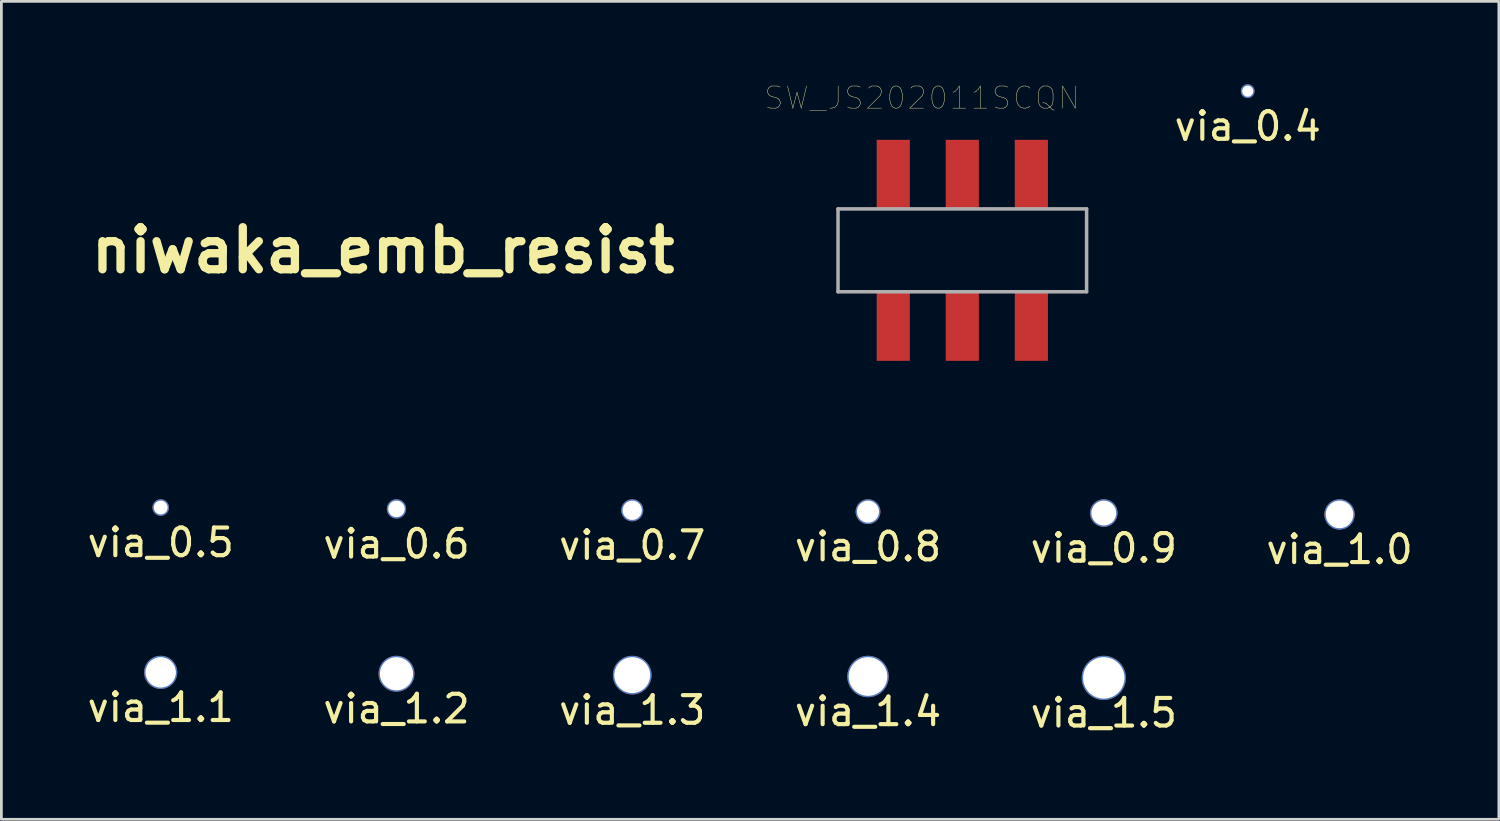
<source format=kicad_pcb>
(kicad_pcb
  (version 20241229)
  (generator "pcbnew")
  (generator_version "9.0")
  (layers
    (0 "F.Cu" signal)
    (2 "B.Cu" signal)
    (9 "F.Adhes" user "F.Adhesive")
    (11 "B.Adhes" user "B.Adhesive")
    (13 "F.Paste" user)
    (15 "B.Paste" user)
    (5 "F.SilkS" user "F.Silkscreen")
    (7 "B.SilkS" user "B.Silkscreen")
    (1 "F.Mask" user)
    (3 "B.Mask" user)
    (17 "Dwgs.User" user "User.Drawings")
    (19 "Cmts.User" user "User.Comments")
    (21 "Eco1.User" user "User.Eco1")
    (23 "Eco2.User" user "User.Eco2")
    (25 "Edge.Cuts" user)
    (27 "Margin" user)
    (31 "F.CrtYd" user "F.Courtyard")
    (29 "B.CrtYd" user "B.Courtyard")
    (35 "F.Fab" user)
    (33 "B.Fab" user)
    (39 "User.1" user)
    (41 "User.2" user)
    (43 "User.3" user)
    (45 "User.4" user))
  (footprint "via_1.4"
    (layer "F.Cu")
    (at 28.375 21.442)
    (property "Reference" "via_1.4" (at 0 1.27 0) (layer "F.SilkS") (effects (font (size 1 1) (thickness 0.15))))
    (attr through_hole)
    (pad "1" thru_hole circle (at 0 0) (size 1.5 1.5) (drill 1.4) (layers "*.Cu" "*.Mask")))
  (footprint "via_1.1"
    (layer "F.Cu")
    (at 2.768 21.292)
    (property "Reference" "via_1.1" (at 0 1.27 0) (layer "F.SilkS") (effects (font (size 1 1) (thickness 0.15))))
    (attr through_hole)
    (pad "1" thru_hole circle (at 0 0) (size 1.2 1.2) (drill 1.1) (layers "*.Cu" "*.Mask")))
  (footprint "via_0.8"
    (layer "F.Cu")
    (at 28.375 15.474)
    (property "Reference" "via_0.8" (at 0 1.27 0) (layer "F.SilkS") (effects (font (size 1 1) (thickness 0.15))))
    (attr through_hole)
    (pad "1" thru_hole circle (at 0 0) (size 0.9 0.9) (drill 0.8) (layers "*.Cu" "*.Mask")))
  (footprint "niwaka_emb_resist"
    (layer "F.Cu")
    (at 10.82 6.009)
    (property "Reference" "niwaka_emb_resist" (at 0 0 0) (layer "F.SilkS") (effects (font (size 1.524 1.524) (thickness 0.3))))
    (attr through_hole)
    (fp_poly (pts (xy -3.34 -2.727) (xy -3.34 -1.483) (xy -3.973 -2.116) (xy -4.031 -1.999) (xy -4.132 -1.781) (xy -4.222 -1.559) (xy -4.299 -1.334) (xy -4.364 -1.106) (xy -4.416 -0.876) (xy -4.456 -0.644) (xy -4.483 -0.409) (xy -4.499 -0.173) (xy -4.501 0.065) (xy -4.491 0.305) (xy -4.468 0.545) (xy -4.461 0.605) (xy -4.425 0.827) (xy -4.377 1.05) (xy -4.318 1.271) (xy -4.247 1.491) (xy -4.165 1.707) (xy -4.109 1.839) (xy -4.031 2.003) (xy -3.943 2.168) (xy -3.847 2.334) (xy -3.744 2.495) (xy -3.637 2.65) (xy -3.526 2.796) (xy -3.519 2.805) (xy -3.477 2.857) (xy 0.003 -0.622) (xy 0.47 -0.156) (xy 0.937 0.311) (xy 0.311 0.937) (xy 0.156 0.781) (xy -0.000045 0.626) (xy -1.742 2.367) (xy -3.483 4.108) (xy -3.556 4.044) (xy -3.744 3.871) (xy -3.923 3.688) (xy -4.095 3.496) (xy -4.224 3.34) (xy -4.38 3.134) (xy -4.525 2.921) (xy -4.659 2.703) (xy -4.782 2.478) (xy -4.894 2.248) (xy -4.995 2.013) (xy -5.085 1.774) (xy -5.163 1.531) (xy -5.229 1.284) (xy -5.284 1.034) (xy -5.327 0.781) (xy -5.358 0.526) (xy -5.376 0.268) (xy -5.383 0.01) (xy -5.377 -0.25) (xy -5.362 -0.47) (xy -5.333 -0.731) (xy -5.292 -0.989) (xy -5.239 -1.244) (xy -5.174 -1.494) (xy -5.097 -1.74) (xy -5.008 -1.982) (xy -4.907 -2.219) (xy -4.795 -2.451) (xy -4.672 -2.678) (xy -4.537 -2.899) (xy -4.391 -3.115) (xy -4.234 -3.324) (xy -4.156 -3.421) (xy -4.101 -3.488) (xy -3.34 -2.727)) (stroke (width 0.01) (type solid)) (fill yes) (layer "F.Mask"))
    (fp_poly (pts (xy 2.032 -1.064) (xy 2.032 -3.024) (xy 2.032 -3.215) (xy 2.032 -3.394) (xy 2.032 -3.561) (xy 2.032 -3.716) (xy 2.032 -3.86) (xy 2.032 -3.993) (xy 2.032 -4.116) (xy 2.033 -4.229) (xy 2.033 -4.332) (xy 2.033 -4.426) (xy 2.033 -4.511) (xy 2.033 -4.587) (xy 2.034 -4.656) (xy 2.034 -4.716) (xy 2.034 -4.77) (xy 2.035 -4.816) (xy 2.035 -4.856) (xy 2.036 -4.89) (xy 2.036 -4.918) (xy 2.037 -4.94) (xy 2.038 -4.958) (xy 2.038 -4.97) (xy 2.039 -4.979) (xy 2.04 -4.984) (xy 2.04 -4.985) (xy 2.052 -4.982) (xy 2.073 -4.974) (xy 2.103 -4.962) (xy 2.139 -4.946) (xy 2.182 -4.927) (xy 2.228 -4.906) (xy 2.277 -4.883) (xy 2.328 -4.859) (xy 2.378 -4.835) (xy 2.426 -4.811) (xy 2.472 -4.788) (xy 2.511 -4.767) (xy 2.734 -4.643) (xy 2.947 -4.51) (xy 3.152 -4.37) (xy 3.35 -4.219) (xy 3.541 -4.059) (xy 3.728 -3.887) (xy 3.845 -3.771) (xy 4.016 -3.59) (xy 4.175 -3.406) (xy 4.322 -3.219) (xy 4.337 -3.198) (xy 4.383 -3.135) (xy 4.066 -2.819) (xy 4.014 -2.766) (xy 3.964 -2.716) (xy 3.918 -2.67) (xy 3.875 -2.628) (xy 3.837 -2.591) (xy 3.805 -2.559) (xy 3.779 -2.534) (xy 3.761 -2.515) (xy 3.749 -2.505) (xy 3.747 -2.502) (xy 3.742 -2.507) (xy 3.732 -2.52) (xy 3.719 -2.539) (xy 3.715 -2.544) (xy 3.631 -2.662) (xy 3.538 -2.783) (xy 3.438 -2.905) (xy 3.332 -3.025) (xy 3.223 -3.141) (xy 3.113 -3.252) (xy 3.003 -3.353) (xy 2.988 -3.367) (xy 2.918 -3.429) (xy 2.915 -1.667) (xy 1.549 -0.302) (xy -0.241 -2.092) (xy -2.032 -3.883) (xy -2.032 0.803) (xy -2.47 1.241) (xy -2.908 1.68) (xy -2.908 -6.004) (xy 2.032 -1.064)) (stroke (width 0.01) (type solid)) (fill yes) (layer "F.Mask"))
    (fp_poly (pts (xy 4.631 -2.76) (xy 4.642 -2.742) (xy 4.657 -2.716) (xy 4.675 -2.684) (xy 4.695 -2.647) (xy 4.717 -2.607) (xy 4.74 -2.565) (xy 4.762 -2.524) (xy 4.783 -2.484) (xy 4.801 -2.448) (xy 4.81 -2.432) (xy 4.922 -2.197) (xy 5.022 -1.958) (xy 5.11 -1.715) (xy 5.186 -1.469) (xy 5.25 -1.219) (xy 5.302 -0.965) (xy 5.341 -0.706) (xy 5.369 -0.443) (xy 5.379 -0.309) (xy 5.381 -0.261) (xy 5.383 -0.204) (xy 5.384 -0.138) (xy 5.384 -0.067) (xy 5.384 0.008) (xy 5.383 0.085) (xy 5.382 0.161) (xy 5.38 0.234) (xy 5.378 0.303) (xy 5.375 0.366) (xy 5.372 0.419) (xy 5.369 0.457) (xy 5.358 0.573) (xy 5.345 0.685) (xy 5.331 0.79) (xy 5.318 0.876) (xy 5.269 1.134) (xy 5.208 1.388) (xy 5.136 1.637) (xy 5.051 1.882) (xy 4.956 2.122) (xy 4.848 2.357) (xy 4.729 2.587) (xy 4.599 2.811) (xy 4.458 3.029) (xy 4.305 3.241) (xy 4.142 3.447) (xy 4.089 3.509) (xy 4.004 3.606) (xy 3.911 3.705) (xy 3.814 3.805) (xy 3.715 3.903) (xy 3.617 3.995) (xy 3.535 4.068) (xy 3.485 4.111) (xy 1.54 2.165) (xy 2.165 1.54) (xy 2.824 2.198) (xy 3.483 2.857) (xy 3.534 2.792) (xy 3.67 2.611) (xy 3.798 2.422) (xy 3.916 2.225) (xy 4.025 2.023) (xy 4.123 1.817) (xy 4.21 1.607) (xy 4.285 1.396) (xy 4.289 1.385) (xy 4.356 1.155) (xy 4.411 0.923) (xy 4.454 0.689) (xy 4.484 0.453) (xy 4.502 0.217) (xy 4.507 -0.02) (xy 4.499 -0.257) (xy 4.479 -0.494) (xy 4.446 -0.73) (xy 4.419 -0.879) (xy 4.412 -0.913) (xy 4.404 -0.951) (xy 4.395 -0.993) (xy 4.385 -1.037) (xy 4.374 -1.08) (xy 4.364 -1.121) (xy 4.355 -1.158) (xy 4.347 -1.189) (xy 4.341 -1.212) (xy 4.336 -1.227) (xy 4.335 -1.23) (xy 4.33 -1.225) (xy 4.317 -1.212) (xy 4.296 -1.191) (xy 4.266 -1.161) (xy 4.228 -1.124) (xy 4.183 -1.079) (xy 4.131 -1.027) (xy 4.072 -0.968) (xy 4.006 -0.903) (xy 3.934 -0.831) (xy 3.856 -0.753) (xy 3.772 -0.67) (xy 3.683 -0.581) (xy 3.589 -0.486) (xy 3.49 -0.387) (xy 3.386 -0.284) (xy 3.278 -0.176) (xy 3.166 -0.064) (xy 3.051 0.051) (xy 2.932 0.17) (xy 2.81 0.292) (xy 2.685 0.417) (xy 2.558 0.544) (xy 2.481 0.621) (xy 0.629 2.473) (xy 1.699 3.543) (xy 1.796 3.641) (xy 1.891 3.736) (xy 1.983 3.828) (xy 2.072 3.917) (xy 2.158 4.003) (xy 2.239 4.085) (xy 2.317 4.163) (xy 2.389 4.235) (xy 2.457 4.303) (xy 2.518 4.365) (xy 2.574 4.422) (xy 2.624 4.472) (xy 2.667 4.516) (xy 2.703 4.552) (xy 2.732 4.581) (xy 2.752 4.602) (xy 2.765 4.615) (xy 2.769 4.62) (xy 2.763 4.625) (xy 2.748 4.636) (xy 2.724 4.651) (xy 2.692 4.669) (xy 2.655 4.691) (xy 2.612 4.714) (xy 2.567 4.739) (xy 2.519 4.765) (xy 2.47 4.79) (xy 2.442 4.805) (xy 2.368 4.841) (xy 2.287 4.88) (xy 2.204 4.918) (xy 2.122 4.955) (xy 2.044 4.987) (xy 2.004 5.004) (xy 1.935 5.031) (xy 0.969 4.065) (xy 0.003 3.099) (xy -2.908 6.01) (xy -2.908 4.143) (xy -2.47 3.705) (xy -2.032 3.267) (xy -2.032 3.883) (xy 1.295 0.556) (xy 1.468 0.383) (xy 1.638 0.213) (xy 1.806 0.045) (xy 1.971 -0.12) (xy 2.134 -0.282) (xy 2.293 -0.442) (xy 2.449 -0.597) (xy 2.601 -0.75) (xy 2.75 -0.898) (xy 2.895 -1.043) (xy 3.035 -1.183) (xy 3.171 -1.319) (xy 3.303 -1.45) (xy 3.429 -1.577) (xy 3.551 -1.698) (xy 3.667 -1.814) (xy 3.778 -1.925) (xy 3.883 -2.029) (xy 3.982 -2.128) (xy 4.074 -2.221) (xy 4.161 -2.307) (xy 4.24 -2.386) (xy 4.313 -2.459) (xy 4.379 -2.524) (xy 4.438 -2.583) (xy 4.489 -2.633) (xy 4.532 -2.676) (xy 4.567 -2.712) (xy 4.594 -2.738) (xy 4.613 -2.757) (xy 4.623 -2.767) (xy 4.625 -2.768) (xy 4.631 -2.76)) (stroke (width 0.01) (type solid)) (fill yes) (layer "F.Mask")))
  (footprint "via_0.4"
    (layer "F.Cu")
    (at 42.121 0.25)
    (property "Reference" "via_0.4" (at 0 1.27 0) (layer "F.SilkS") (effects (font (size 1 1) (thickness 0.15))))
    (attr through_hole)
    (pad "1" thru_hole circle (at 0 0) (size 0.5 0.5) (drill 0.4) (layers "*.Cu" "*.Mask")))
  (footprint "SW_JS202011SCQN"
    (layer "F.Cu")
    (at 31.789 6.013)
    (property "Reference" "SW_JS202011SCQN" (at -1.463 -5.518 0) (layer "F.SilkS") (effects (font (size 0.801 0.801) (thickness 0.015))))
    (attr through_hole)
    (fp_line (start -4.5 -1.5) (end -4.5 1.5) (stroke (width 0.127) (type solid)) (layer "F.Fab"))
    (fp_line (start -4.5 1.5) (end 4.5 1.5) (stroke (width 0.127) (type solid)) (layer "F.Fab"))
    (fp_line (start 4.5 -1.5) (end -4.5 -1.5) (stroke (width 0.127) (type solid)) (layer "F.Fab"))
    (fp_line (start 4.5 1.5) (end 4.5 -1.5) (stroke (width 0.127) (type solid)) (layer "F.Fab"))
    (pad "1" smd rect (at -2.5 2.75) (size 1.2 2.5) (layers "F.Cu" "F.Mask" "F.Paste"))
    (pad "2" smd rect (at 0 2.75) (size 1.2 2.5) (layers "F.Cu" "F.Mask" "F.Paste"))
    (pad "3" smd rect (at 2.5 2.75) (size 1.2 2.5) (layers "F.Cu" "F.Mask" "F.Paste"))
    (pad "4" smd rect (at -2.5 -2.75) (size 1.2 2.5) (layers "F.Cu" "F.Mask" "F.Paste"))
    (pad "5" smd rect (at 0 -2.75) (size 1.2 2.5) (layers "F.Cu" "F.Mask" "F.Paste"))
    (pad "6" smd rect (at 2.5 -2.75) (size 1.2 2.5) (layers "F.Cu" "F.Mask" "F.Paste")))
  (footprint "via_1.3"
    (layer "F.Cu")
    (at 19.839 21.392)
    (property "Reference" "via_1.3" (at 0 1.27 0) (layer "F.SilkS") (effects (font (size 1 1) (thickness 0.15))))
    (attr through_hole)
    (pad "1" thru_hole circle (at 0 0) (size 1.4 1.4) (drill 1.3) (layers "*.Cu" "*.Mask")))
  (footprint "via_1.2"
    (layer "F.Cu")
    (at 11.304 21.342)
    (property "Reference" "via_1.2" (at 0 1.27 0) (layer "F.SilkS") (effects (font (size 1 1) (thickness 0.15))))
    (attr through_hole)
    (pad "1" thru_hole circle (at 0 0) (size 1.3 1.3) (drill 1.2) (layers "*.Cu" "*.Mask")))
  (footprint "via_0.9"
    (layer "F.Cu")
    (at 36.911 15.524)
    (property "Reference" "via_0.9" (at 0 1.27 0) (layer "F.SilkS") (effects (font (size 1 1) (thickness 0.15))))
    (attr through_hole)
    (pad "1" thru_hole circle (at 0 0) (size 1 1) (drill 0.9) (layers "*.Cu" "*.Mask")))
  (footprint "via_1.0"
    (layer "F.Cu")
    (at 45.446 15.574)
    (property "Reference" "via_1.0" (at 0 1.27 0) (layer "F.SilkS") (effects (font (size 1 1) (thickness 0.15))))
    (attr through_hole)
    (pad "1" thru_hole circle (at 0 0) (size 1.1 1.1) (drill 1) (layers "*.Cu" "*.Mask")))
  (footprint "via_1.5"
    (layer "F.Cu")
    (at 36.911 21.492)
    (property "Reference" "via_1.5" (at 0 1.27 0) (layer "F.SilkS") (effects (font (size 1 1) (thickness 0.15))))
    (attr through_hole)
    (pad "1" thru_hole circle (at 0 0) (size 1.6 1.6) (drill 1.5) (layers "*.Cu" "*.Mask")))
  (footprint "via_0.7"
    (layer "F.Cu")
    (at 19.839 15.424)
    (property "Reference" "via_0.7" (at 0 1.27 0) (layer "F.SilkS") (effects (font (size 1 1) (thickness 0.15))))
    (attr through_hole)
    (pad "1" thru_hole circle (at 0 0) (size 0.8 0.8) (drill 0.7) (layers "*.Cu" "*.Mask")))
  (footprint "via_0.5"
    (layer "F.Cu")
    (at 2.768 15.324)
    (property "Reference" "via_0.5" (at 0 1.27 0) (layer "F.SilkS") (effects (font (size 1 1) (thickness 0.15))))
    (attr through_hole)
    (pad "1" thru_hole circle (at 0 0) (size 0.6 0.6) (drill 0.5) (layers "*.Cu" "*.Mask")))
  (footprint "via_0.6"
    (layer "F.Cu")
    (at 11.304 15.374)
    (property "Reference" "via_0.6" (at 0 1.27 0) (layer "F.SilkS") (effects (font (size 1 1) (thickness 0.15))))
    (attr through_hole)
    (pad "1" thru_hole circle (at 0 0) (size 0.7 0.7) (drill 0.6) (layers "*.Cu" "*.Mask")))
  (gr_rect
    (start -3 -3)
    (end 51.214 26.611)
    (stroke (width 0.1) (type default))
    (fill no)
    (layer "Edge.Cuts")))
</source>
